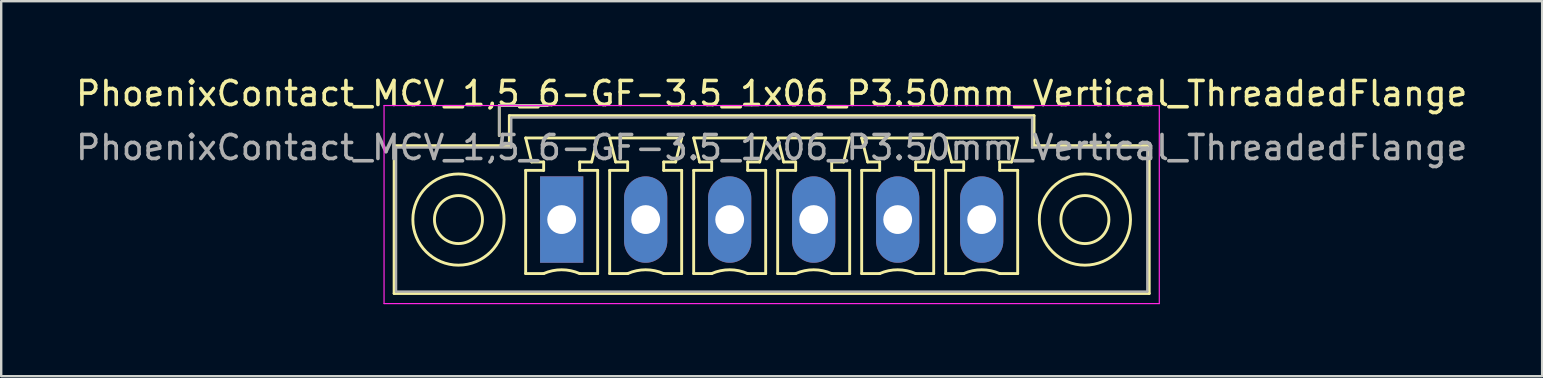
<source format=kicad_pcb>
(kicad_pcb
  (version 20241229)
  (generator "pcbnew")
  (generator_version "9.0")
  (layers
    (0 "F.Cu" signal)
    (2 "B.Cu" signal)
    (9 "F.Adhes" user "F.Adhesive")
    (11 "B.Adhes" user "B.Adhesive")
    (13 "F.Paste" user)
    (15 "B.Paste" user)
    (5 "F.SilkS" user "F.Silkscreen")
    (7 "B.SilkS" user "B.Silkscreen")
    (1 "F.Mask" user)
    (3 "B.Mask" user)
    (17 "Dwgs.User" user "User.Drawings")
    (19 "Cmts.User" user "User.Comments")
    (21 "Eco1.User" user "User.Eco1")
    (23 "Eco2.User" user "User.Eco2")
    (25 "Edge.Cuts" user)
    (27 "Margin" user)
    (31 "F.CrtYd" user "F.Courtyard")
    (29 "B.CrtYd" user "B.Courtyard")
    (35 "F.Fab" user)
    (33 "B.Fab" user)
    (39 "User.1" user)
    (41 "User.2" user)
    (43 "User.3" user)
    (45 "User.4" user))
  (footprint "PhoenixContact_MCV_1,5_6-GF-3.5_1x06_P3.50mm_Vertical_ThreadedFlange"
    (layer "F.Cu")
    (at 20.351 6.098)
    (property "Reference" "PhoenixContact_MCV_1,5_6-GF-3.5_1x06_P3.50mm_Vertical_ThreadedFlange" (at 8.75 -5.25 0) (layer "F.SilkS") (effects (font (size 1 1) (thickness 0.15))))
    (attr through_hole)
    (fp_line (start -6.98 -3.08) (end -6.98 3.08) (stroke (width 0.12) (type solid)) (layer "F.SilkS"))
    (fp_line (start -6.98 3.08) (end 24.48 3.08) (stroke (width 0.12) (type solid)) (layer "F.SilkS"))
    (fp_line (start -2.6 -4.75) (end -0.6 -4.75) (stroke (width 0.12) (type solid)) (layer "F.SilkS"))
    (fp_line (start -2.6 -3.5) (end -2.6 -4.75) (stroke (width 0.12) (type solid)) (layer "F.SilkS"))
    (fp_line (start -2.18 -4.33) (end -2.18 -3.08) (stroke (width 0.12) (type solid)) (layer "F.SilkS"))
    (fp_line (start -2.18 -3.08) (end -6.98 -3.08) (stroke (width 0.12) (type solid)) (layer "F.SilkS"))
    (fp_line (start -1.5 -3.4) (end 1.5 -3.4) (stroke (width 0.12) (type solid)) (layer "F.SilkS"))
    (fp_line (start -1.5 -2.05) (end -0.75 -2.05) (stroke (width 0.12) (type solid)) (layer "F.SilkS"))
    (fp_line (start -1.5 2.25) (end -1.5 -2.05) (stroke (width 0.12) (type solid)) (layer "F.SilkS"))
    (fp_line (start -1.25 -2.4) (end -1.5 -3.4) (stroke (width 0.12) (type solid)) (layer "F.SilkS"))
    (fp_line (start -0.75 -2.4) (end -1.25 -2.4) (stroke (width 0.12) (type solid)) (layer "F.SilkS"))
    (fp_line (start -0.75 -2.05) (end -0.75 -2.4) (stroke (width 0.12) (type solid)) (layer "F.SilkS"))
    (fp_line (start -0.75 2.25) (end -1.5 2.25) (stroke (width 0.12) (type solid)) (layer "F.SilkS"))
    (fp_line (start 0.75 -2.4) (end 0.75 -2.05) (stroke (width 0.12) (type solid)) (layer "F.SilkS"))
    (fp_line (start 0.75 -2.05) (end 1.5 -2.05) (stroke (width 0.12) (type solid)) (layer "F.SilkS"))
    (fp_line (start 1.25 -2.4) (end 0.75 -2.4) (stroke (width 0.12) (type solid)) (layer "F.SilkS"))
    (fp_line (start 1.5 -3.4) (end 1.25 -2.4) (stroke (width 0.12) (type solid)) (layer "F.SilkS"))
    (fp_line (start 1.5 -2.05) (end 1.5 2.25) (stroke (width 0.12) (type solid)) (layer "F.SilkS"))
    (fp_line (start 1.5 2.25) (end 0.75 2.25) (stroke (width 0.12) (type solid)) (layer "F.SilkS"))
    (fp_line (start 2 -3.4) (end 5 -3.4) (stroke (width 0.12) (type solid)) (layer "F.SilkS"))
    (fp_line (start 2 -2.05) (end 2.75 -2.05) (stroke (width 0.12) (type solid)) (layer "F.SilkS"))
    (fp_line (start 2 2.25) (end 2 -2.05) (stroke (width 0.12) (type solid)) (layer "F.SilkS"))
    (fp_line (start 2.25 -2.4) (end 2 -3.4) (stroke (width 0.12) (type solid)) (layer "F.SilkS"))
    (fp_line (start 2.75 -2.4) (end 2.25 -2.4) (stroke (width 0.12) (type solid)) (layer "F.SilkS"))
    (fp_line (start 2.75 -2.05) (end 2.75 -2.4) (stroke (width 0.12) (type solid)) (layer "F.SilkS"))
    (fp_line (start 2.75 2.25) (end 2 2.25) (stroke (width 0.12) (type solid)) (layer "F.SilkS"))
    (fp_line (start 4.25 -2.4) (end 4.25 -2.05) (stroke (width 0.12) (type solid)) (layer "F.SilkS"))
    (fp_line (start 4.25 -2.05) (end 5 -2.05) (stroke (width 0.12) (type solid)) (layer "F.SilkS"))
    (fp_line (start 4.75 -2.4) (end 4.25 -2.4) (stroke (width 0.12) (type solid)) (layer "F.SilkS"))
    (fp_line (start 5 -3.4) (end 4.75 -2.4) (stroke (width 0.12) (type solid)) (layer "F.SilkS"))
    (fp_line (start 5 -2.05) (end 5 2.25) (stroke (width 0.12) (type solid)) (layer "F.SilkS"))
    (fp_line (start 5 2.25) (end 4.25 2.25) (stroke (width 0.12) (type solid)) (layer "F.SilkS"))
    (fp_line (start 5.5 -3.4) (end 8.5 -3.4) (stroke (width 0.12) (type solid)) (layer "F.SilkS"))
    (fp_line (start 5.5 -2.05) (end 6.25 -2.05) (stroke (width 0.12) (type solid)) (layer "F.SilkS"))
    (fp_line (start 5.5 2.25) (end 5.5 -2.05) (stroke (width 0.12) (type solid)) (layer "F.SilkS"))
    (fp_line (start 5.75 -2.4) (end 5.5 -3.4) (stroke (width 0.12) (type solid)) (layer "F.SilkS"))
    (fp_line (start 6.25 -2.4) (end 5.75 -2.4) (stroke (width 0.12) (type solid)) (layer "F.SilkS"))
    (fp_line (start 6.25 -2.05) (end 6.25 -2.4) (stroke (width 0.12) (type solid)) (layer "F.SilkS"))
    (fp_line (start 6.25 2.25) (end 5.5 2.25) (stroke (width 0.12) (type solid)) (layer "F.SilkS"))
    (fp_line (start 7.75 -2.4) (end 7.75 -2.05) (stroke (width 0.12) (type solid)) (layer "F.SilkS"))
    (fp_line (start 7.75 -2.05) (end 8.5 -2.05) (stroke (width 0.12) (type solid)) (layer "F.SilkS"))
    (fp_line (start 8.25 -2.4) (end 7.75 -2.4) (stroke (width 0.12) (type solid)) (layer "F.SilkS"))
    (fp_line (start 8.5 -3.4) (end 8.25 -2.4) (stroke (width 0.12) (type solid)) (layer "F.SilkS"))
    (fp_line (start 8.5 -2.05) (end 8.5 2.25) (stroke (width 0.12) (type solid)) (layer "F.SilkS"))
    (fp_line (start 8.5 2.25) (end 7.75 2.25) (stroke (width 0.12) (type solid)) (layer "F.SilkS"))
    (fp_line (start 9 -3.4) (end 12 -3.4) (stroke (width 0.12) (type solid)) (layer "F.SilkS"))
    (fp_line (start 9 -2.05) (end 9.75 -2.05) (stroke (width 0.12) (type solid)) (layer "F.SilkS"))
    (fp_line (start 9 2.25) (end 9 -2.05) (stroke (width 0.12) (type solid)) (layer "F.SilkS"))
    (fp_line (start 9.25 -2.4) (end 9 -3.4) (stroke (width 0.12) (type solid)) (layer "F.SilkS"))
    (fp_line (start 9.75 -2.4) (end 9.25 -2.4) (stroke (width 0.12) (type solid)) (layer "F.SilkS"))
    (fp_line (start 9.75 -2.05) (end 9.75 -2.4) (stroke (width 0.12) (type solid)) (layer "F.SilkS"))
    (fp_line (start 9.75 2.25) (end 9 2.25) (stroke (width 0.12) (type solid)) (layer "F.SilkS"))
    (fp_line (start 11.25 -2.4) (end 11.25 -2.05) (stroke (width 0.12) (type solid)) (layer "F.SilkS"))
    (fp_line (start 11.25 -2.05) (end 12 -2.05) (stroke (width 0.12) (type solid)) (layer "F.SilkS"))
    (fp_line (start 11.75 -2.4) (end 11.25 -2.4) (stroke (width 0.12) (type solid)) (layer "F.SilkS"))
    (fp_line (start 12 -3.4) (end 11.75 -2.4) (stroke (width 0.12) (type solid)) (layer "F.SilkS"))
    (fp_line (start 12 -2.05) (end 12 2.25) (stroke (width 0.12) (type solid)) (layer "F.SilkS"))
    (fp_line (start 12 2.25) (end 11.25 2.25) (stroke (width 0.12) (type solid)) (layer "F.SilkS"))
    (fp_line (start 12.5 -3.4) (end 15.5 -3.4) (stroke (width 0.12) (type solid)) (layer "F.SilkS"))
    (fp_line (start 12.5 -2.05) (end 13.25 -2.05) (stroke (width 0.12) (type solid)) (layer "F.SilkS"))
    (fp_line (start 12.5 2.25) (end 12.5 -2.05) (stroke (width 0.12) (type solid)) (layer "F.SilkS"))
    (fp_line (start 12.75 -2.4) (end 12.5 -3.4) (stroke (width 0.12) (type solid)) (layer "F.SilkS"))
    (fp_line (start 13.25 -2.4) (end 12.75 -2.4) (stroke (width 0.12) (type solid)) (layer "F.SilkS"))
    (fp_line (start 13.25 -2.05) (end 13.25 -2.4) (stroke (width 0.12) (type solid)) (layer "F.SilkS"))
    (fp_line (start 13.25 2.25) (end 12.5 2.25) (stroke (width 0.12) (type solid)) (layer "F.SilkS"))
    (fp_line (start 14.75 -2.4) (end 14.75 -2.05) (stroke (width 0.12) (type solid)) (layer "F.SilkS"))
    (fp_line (start 14.75 -2.05) (end 15.5 -2.05) (stroke (width 0.12) (type solid)) (layer "F.SilkS"))
    (fp_line (start 15.25 -2.4) (end 14.75 -2.4) (stroke (width 0.12) (type solid)) (layer "F.SilkS"))
    (fp_line (start 15.5 -3.4) (end 15.25 -2.4) (stroke (width 0.12) (type solid)) (layer "F.SilkS"))
    (fp_line (start 15.5 -2.05) (end 15.5 2.25) (stroke (width 0.12) (type solid)) (layer "F.SilkS"))
    (fp_line (start 15.5 2.25) (end 14.75 2.25) (stroke (width 0.12) (type solid)) (layer "F.SilkS"))
    (fp_line (start 16 -3.4) (end 19 -3.4) (stroke (width 0.12) (type solid)) (layer "F.SilkS"))
    (fp_line (start 16 -2.05) (end 16.75 -2.05) (stroke (width 0.12) (type solid)) (layer "F.SilkS"))
    (fp_line (start 16 2.25) (end 16 -2.05) (stroke (width 0.12) (type solid)) (layer "F.SilkS"))
    (fp_line (start 16.25 -2.4) (end 16 -3.4) (stroke (width 0.12) (type solid)) (layer "F.SilkS"))
    (fp_line (start 16.75 -2.4) (end 16.25 -2.4) (stroke (width 0.12) (type solid)) (layer "F.SilkS"))
    (fp_line (start 16.75 -2.05) (end 16.75 -2.4) (stroke (width 0.12) (type solid)) (layer "F.SilkS"))
    (fp_line (start 16.75 2.25) (end 16 2.25) (stroke (width 0.12) (type solid)) (layer "F.SilkS"))
    (fp_line (start 18.25 -2.4) (end 18.25 -2.05) (stroke (width 0.12) (type solid)) (layer "F.SilkS"))
    (fp_line (start 18.25 -2.05) (end 19 -2.05) (stroke (width 0.12) (type solid)) (layer "F.SilkS"))
    (fp_line (start 18.75 -2.4) (end 18.25 -2.4) (stroke (width 0.12) (type solid)) (layer "F.SilkS"))
    (fp_line (start 19 -3.4) (end 18.75 -2.4) (stroke (width 0.12) (type solid)) (layer "F.SilkS"))
    (fp_line (start 19 -2.05) (end 19 2.25) (stroke (width 0.12) (type solid)) (layer "F.SilkS"))
    (fp_line (start 19 2.25) (end 18.25 2.25) (stroke (width 0.12) (type solid)) (layer "F.SilkS"))
    (fp_line (start 19.68 -4.33) (end -2.18 -4.33) (stroke (width 0.12) (type solid)) (layer "F.SilkS"))
    (fp_line (start 19.68 -3.08) (end 19.68 -4.33) (stroke (width 0.12) (type solid)) (layer "F.SilkS"))
    (fp_line (start 24.48 -3.08) (end 19.68 -3.08) (stroke (width 0.12) (type solid)) (layer "F.SilkS"))
    (fp_line (start 24.48 3.08) (end 24.48 -3.08) (stroke (width 0.12) (type solid)) (layer "F.SilkS"))
    (fp_arc (start -0.75 2.25) (mid -0.000193 2.09191) (end 0.749647 2.249844) (stroke (width 0.12) (type solid)) (layer "F.SilkS"))
    (fp_arc (start 2.75 2.25) (mid 3.499807 2.09191) (end 4.249647 2.249844) (stroke (width 0.12) (type solid)) (layer "F.SilkS"))
    (fp_arc (start 6.25 2.25) (mid 6.999807 2.09191) (end 7.749647 2.249844) (stroke (width 0.12) (type solid)) (layer "F.SilkS"))
    (fp_arc (start 9.75 2.25) (mid 10.499807 2.09191) (end 11.249647 2.249844) (stroke (width 0.12) (type solid)) (layer "F.SilkS"))
    (fp_arc (start 13.25 2.25) (mid 13.999807 2.09191) (end 14.749647 2.249844) (stroke (width 0.12) (type solid)) (layer "F.SilkS"))
    (fp_arc (start 16.75 2.25) (mid 17.499807 2.09191) (end 18.249647 2.249844) (stroke (width 0.12) (type solid)) (layer "F.SilkS"))
    (fp_circle (center -4.3 0) (end -3.3 0) (stroke (width 0.12) (type solid)) (fill no) (layer "F.SilkS"))
    (fp_circle (center -4.3 0) (end -2.4 0) (stroke (width 0.12) (type solid)) (fill no) (layer "F.SilkS"))
    (fp_circle (center 21.8 0) (end 22.8 0) (stroke (width 0.12) (type solid)) (fill no) (layer "F.SilkS"))
    (fp_circle (center 21.8 0) (end 23.7 0) (stroke (width 0.12) (type solid)) (fill no) (layer "F.SilkS"))
    (fp_line (start -7.4 -4.75) (end -7.4 3.5) (stroke (width 0.05) (type solid)) (layer "F.CrtYd"))
    (fp_line (start -7.4 3.5) (end 24.9 3.5) (stroke (width 0.05) (type solid)) (layer "F.CrtYd"))
    (fp_line (start 24.9 -4.75) (end -7.4 -4.75) (stroke (width 0.05) (type solid)) (layer "F.CrtYd"))
    (fp_line (start 24.9 3.5) (end 24.9 -4.75) (stroke (width 0.05) (type solid)) (layer "F.CrtYd"))
    (fp_line (start -6.9 -3) (end -6.9 3) (stroke (width 0.1) (type solid)) (layer "F.Fab"))
    (fp_line (start -6.9 3) (end 24.4 3) (stroke (width 0.1) (type solid)) (layer "F.Fab"))
    (fp_line (start -2.6 -4.75) (end -0.6 -4.75) (stroke (width 0.1) (type solid)) (layer "F.Fab"))
    (fp_line (start -2.6 -3.5) (end -2.6 -4.75) (stroke (width 0.1) (type solid)) (layer "F.Fab"))
    (fp_line (start -2.1 -4.25) (end -2.1 -3) (stroke (width 0.1) (type solid)) (layer "F.Fab"))
    (fp_line (start -2.1 -3) (end -6.9 -3) (stroke (width 0.1) (type solid)) (layer "F.Fab"))
    (fp_line (start 19.6 -4.25) (end -2.1 -4.25) (stroke (width 0.1) (type solid)) (layer "F.Fab"))
    (fp_line (start 19.6 -3) (end 19.6 -4.25) (stroke (width 0.1) (type solid)) (layer "F.Fab"))
    (fp_line (start 24.4 -3) (end 19.6 -3) (stroke (width 0.1) (type solid)) (layer "F.Fab"))
    (fp_line (start 24.4 3) (end 24.4 -3) (stroke (width 0.1) (type solid)) (layer "F.Fab"))
    (fp_text user "${REFERENCE}" (at 8.75 -3 0) (layer "F.Fab") (effects (font (size 1 1) (thickness 0.15))))
    (pad "1" thru_hole rect (at 0 0) (size 1.8 3.6) (drill 1.2) (layers "*.Cu" "*.Mask"))
    (pad "2" thru_hole oval (at 3.5 0) (size 1.8 3.6) (drill 1.2) (layers "*.Cu" "*.Mask"))
    (pad "3" thru_hole oval (at 7 0) (size 1.8 3.6) (drill 1.2) (layers "*.Cu" "*.Mask"))
    (pad "4" thru_hole oval (at 10.5 0) (size 1.8 3.6) (drill 1.2) (layers "*.Cu" "*.Mask"))
    (pad "5" thru_hole oval (at 14 0) (size 1.8 3.6) (drill 1.2) (layers "*.Cu" "*.Mask"))
    (pad "6" thru_hole oval (at 17.5 0) (size 1.8 3.6) (drill 1.2) (layers "*.Cu" "*.Mask")))
  (gr_rect
    (start -3 -3)
    (end 61.202 12.623)
    (stroke (width 0.1) (type default))
    (fill no)
    (layer "Edge.Cuts")))
</source>
